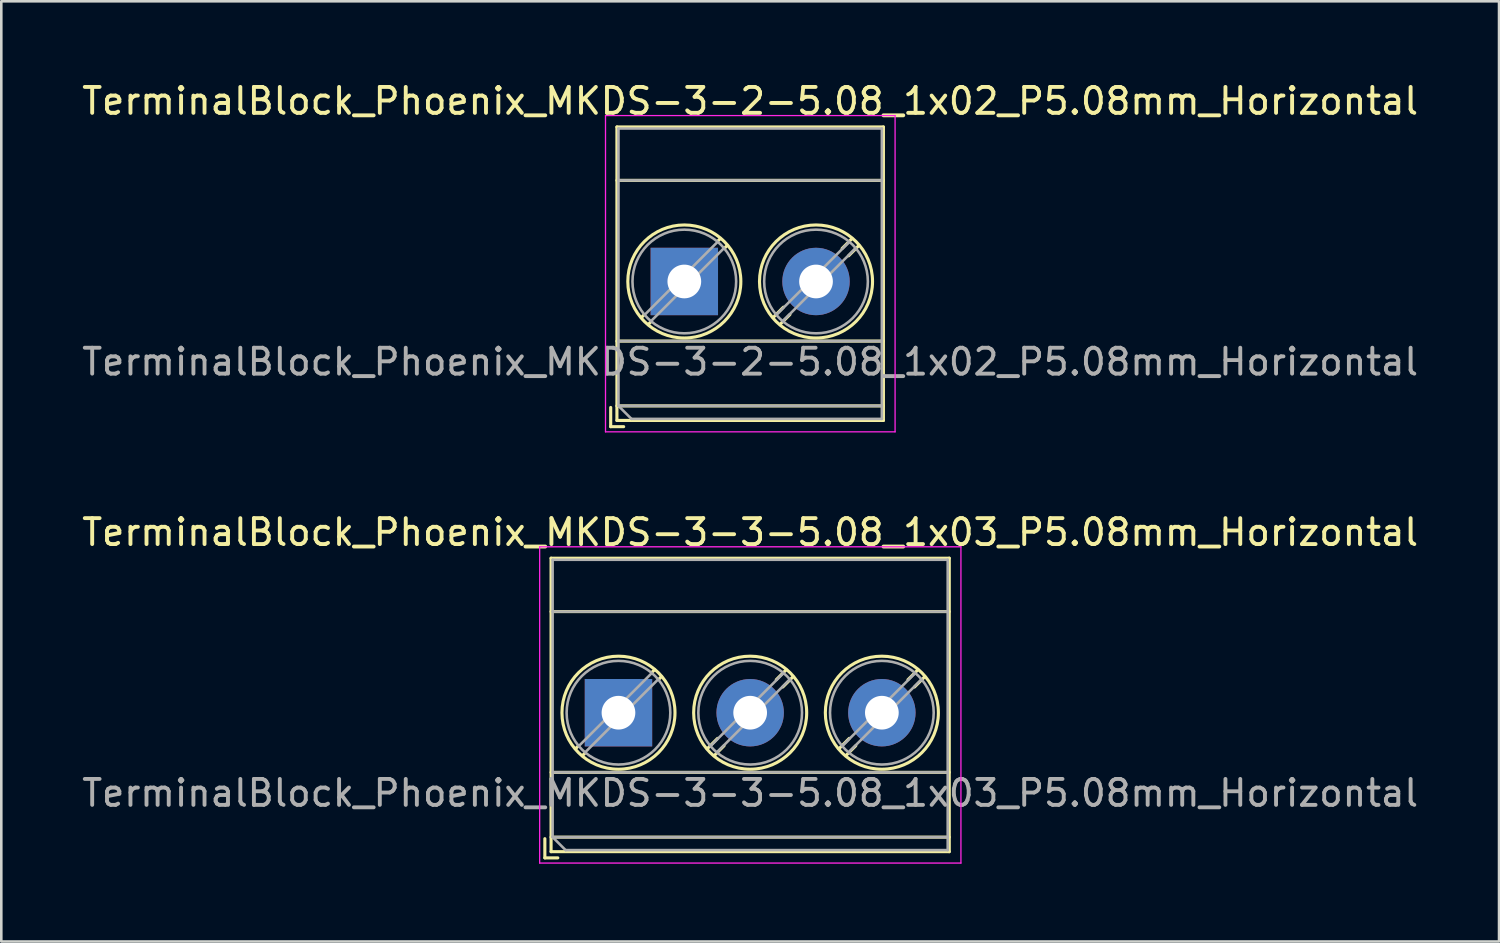
<source format=kicad_pcb>
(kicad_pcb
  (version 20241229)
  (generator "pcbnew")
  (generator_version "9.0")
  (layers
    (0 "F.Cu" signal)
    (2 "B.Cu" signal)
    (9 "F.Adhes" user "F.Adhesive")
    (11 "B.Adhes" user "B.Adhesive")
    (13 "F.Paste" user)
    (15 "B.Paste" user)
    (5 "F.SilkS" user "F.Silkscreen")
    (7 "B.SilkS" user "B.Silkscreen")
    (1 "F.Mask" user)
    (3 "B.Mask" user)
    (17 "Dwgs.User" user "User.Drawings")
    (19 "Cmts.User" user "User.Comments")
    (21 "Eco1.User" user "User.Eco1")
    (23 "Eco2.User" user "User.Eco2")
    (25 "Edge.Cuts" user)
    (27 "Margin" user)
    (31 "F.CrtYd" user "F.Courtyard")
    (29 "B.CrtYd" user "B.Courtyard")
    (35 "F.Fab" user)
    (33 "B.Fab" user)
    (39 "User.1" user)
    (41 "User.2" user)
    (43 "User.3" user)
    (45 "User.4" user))
  (footprint "TerminalBlock_Phoenix_MKDS-3-2-5.08_1x02_P5.08mm_Horizontal"
    (layer "F.Cu")
    (at 23.347 7.808)
    (property "Reference" "TerminalBlock_Phoenix_MKDS-3-2-5.08_1x02_P5.08mm_Horizontal" (at 2.54 -6.96 0) (layer "F.SilkS") (effects (font (size 1 1) (thickness 0.15))))
    (attr through_hole)
    (fp_line (start -2.84 4.86) (end -2.84 5.6) (stroke (width 0.12) (type solid)) (layer "F.SilkS"))
    (fp_line (start -2.84 5.6) (end -2.34 5.6) (stroke (width 0.12) (type solid)) (layer "F.SilkS"))
    (fp_line (start -2.6 -5.96) (end -2.6 5.36) (stroke (width 0.12) (type solid)) (layer "F.SilkS"))
    (fp_line (start -2.6 -5.96) (end 7.68 -5.96) (stroke (width 0.12) (type solid)) (layer "F.SilkS"))
    (fp_line (start -2.6 -3.9) (end 7.68 -3.9) (stroke (width 0.12) (type solid)) (layer "F.SilkS"))
    (fp_line (start -2.6 2.3) (end 7.68 2.3) (stroke (width 0.12) (type solid)) (layer "F.SilkS"))
    (fp_line (start -2.6 4.8) (end 7.68 4.8) (stroke (width 0.12) (type solid)) (layer "F.SilkS"))
    (fp_line (start -2.6 5.36) (end 7.68 5.36) (stroke (width 0.12) (type solid)) (layer "F.SilkS"))
    (fp_line (start -1.548 1.281) (end -1.654 1.388) (stroke (width 0.12) (type solid)) (layer "F.SilkS"))
    (fp_line (start -1.282 1.547) (end -1.388 1.654) (stroke (width 0.12) (type solid)) (layer "F.SilkS"))
    (fp_line (start 1.388 -1.654) (end 1.281 -1.547) (stroke (width 0.12) (type solid)) (layer "F.SilkS"))
    (fp_line (start 1.654 -1.388) (end 1.547 -1.281) (stroke (width 0.12) (type solid)) (layer "F.SilkS"))
    (fp_line (start 3.822 0.992) (end 3.427 1.388) (stroke (width 0.12) (type solid)) (layer "F.SilkS"))
    (fp_line (start 4.073 1.274) (end 3.693 1.654) (stroke (width 0.12) (type solid)) (layer "F.SilkS"))
    (fp_line (start 6.468 -1.654) (end 6.088 -1.274) (stroke (width 0.12) (type solid)) (layer "F.SilkS"))
    (fp_line (start 6.734 -1.388) (end 6.339 -0.992) (stroke (width 0.12) (type solid)) (layer "F.SilkS"))
    (fp_line (start 7.68 -5.96) (end 7.68 5.36) (stroke (width 0.12) (type solid)) (layer "F.SilkS"))
    (fp_circle (center 0 0) (end 2.18 0) (stroke (width 0.12) (type solid)) (fill no) (layer "F.SilkS"))
    (fp_circle (center 5.08 0) (end 7.26 0) (stroke (width 0.12) (type solid)) (fill no) (layer "F.SilkS"))
    (fp_line (start -3.04 -6.4) (end -3.04 5.8) (stroke (width 0.05) (type solid)) (layer "F.CrtYd"))
    (fp_line (start -3.04 5.8) (end 8.13 5.8) (stroke (width 0.05) (type solid)) (layer "F.CrtYd"))
    (fp_line (start 8.13 -6.4) (end -3.04 -6.4) (stroke (width 0.05) (type solid)) (layer "F.CrtYd"))
    (fp_line (start 8.13 5.8) (end 8.13 -6.4) (stroke (width 0.05) (type solid)) (layer "F.CrtYd"))
    (fp_line (start -2.54 -5.9) (end 7.62 -5.9) (stroke (width 0.1) (type solid)) (layer "F.Fab"))
    (fp_line (start -2.54 -3.9) (end 7.62 -3.9) (stroke (width 0.1) (type solid)) (layer "F.Fab"))
    (fp_line (start -2.54 2.3) (end 7.62 2.3) (stroke (width 0.1) (type solid)) (layer "F.Fab"))
    (fp_line (start -2.54 4.8) (end -2.54 -5.9) (stroke (width 0.1) (type solid)) (layer "F.Fab"))
    (fp_line (start -2.54 4.8) (end 7.62 4.8) (stroke (width 0.1) (type solid)) (layer "F.Fab"))
    (fp_line (start -2.04 5.3) (end -2.54 4.8) (stroke (width 0.1) (type solid)) (layer "F.Fab"))
    (fp_line (start 1.273 -1.517) (end -1.517 1.273) (stroke (width 0.1) (type solid)) (layer "F.Fab"))
    (fp_line (start 1.517 -1.273) (end -1.273 1.517) (stroke (width 0.1) (type solid)) (layer "F.Fab"))
    (fp_line (start 6.353 -1.517) (end 3.564 1.273) (stroke (width 0.1) (type solid)) (layer "F.Fab"))
    (fp_line (start 6.597 -1.273) (end 3.808 1.517) (stroke (width 0.1) (type solid)) (layer "F.Fab"))
    (fp_line (start 7.62 -5.9) (end 7.62 5.3) (stroke (width 0.1) (type solid)) (layer "F.Fab"))
    (fp_line (start 7.62 5.3) (end -2.04 5.3) (stroke (width 0.1) (type solid)) (layer "F.Fab"))
    (fp_circle (center 0 0) (end 2 0) (stroke (width 0.1) (type solid)) (fill no) (layer "F.Fab"))
    (fp_circle (center 5.08 0) (end 7.08 0) (stroke (width 0.1) (type solid)) (fill no) (layer "F.Fab"))
    (fp_text user "${REFERENCE}" (at 2.54 3.1 0) (layer "F.Fab") (effects (font (size 1 1) (thickness 0.15))))
    (pad "1" thru_hole rect (at 0 0) (size 2.6 2.6) (drill 1.3) (layers "*.Cu" "*.Mask"))
    (pad "2" thru_hole circle (at 5.08 0) (size 2.6 2.6) (drill 1.3) (layers "*.Cu" "*.Mask")))
  (footprint "TerminalBlock_Phoenix_MKDS-3-3-5.08_1x03_P5.08mm_Horizontal"
    (layer "F.Cu")
    (at 20.807 24.442)
    (property "Reference" "TerminalBlock_Phoenix_MKDS-3-3-5.08_1x03_P5.08mm_Horizontal" (at 5.08 -6.96 0) (layer "F.SilkS") (effects (font (size 1 1) (thickness 0.15))))
    (attr through_hole)
    (fp_line (start -2.84 4.86) (end -2.84 5.6) (stroke (width 0.12) (type solid)) (layer "F.SilkS"))
    (fp_line (start -2.84 5.6) (end -2.34 5.6) (stroke (width 0.12) (type solid)) (layer "F.SilkS"))
    (fp_line (start -2.6 -5.96) (end -2.6 5.36) (stroke (width 0.12) (type solid)) (layer "F.SilkS"))
    (fp_line (start -2.6 -5.96) (end 12.76 -5.96) (stroke (width 0.12) (type solid)) (layer "F.SilkS"))
    (fp_line (start -2.6 -3.9) (end 12.76 -3.9) (stroke (width 0.12) (type solid)) (layer "F.SilkS"))
    (fp_line (start -2.6 2.3) (end 12.76 2.3) (stroke (width 0.12) (type solid)) (layer "F.SilkS"))
    (fp_line (start -2.6 4.8) (end 12.76 4.8) (stroke (width 0.12) (type solid)) (layer "F.SilkS"))
    (fp_line (start -2.6 5.36) (end 12.76 5.36) (stroke (width 0.12) (type solid)) (layer "F.SilkS"))
    (fp_line (start -1.548 1.281) (end -1.654 1.388) (stroke (width 0.12) (type solid)) (layer "F.SilkS"))
    (fp_line (start -1.282 1.547) (end -1.388 1.654) (stroke (width 0.12) (type solid)) (layer "F.SilkS"))
    (fp_line (start 1.388 -1.654) (end 1.281 -1.547) (stroke (width 0.12) (type solid)) (layer "F.SilkS"))
    (fp_line (start 1.654 -1.388) (end 1.547 -1.281) (stroke (width 0.12) (type solid)) (layer "F.SilkS"))
    (fp_line (start 3.822 0.992) (end 3.427 1.388) (stroke (width 0.12) (type solid)) (layer "F.SilkS"))
    (fp_line (start 4.073 1.274) (end 3.693 1.654) (stroke (width 0.12) (type solid)) (layer "F.SilkS"))
    (fp_line (start 6.468 -1.654) (end 6.088 -1.274) (stroke (width 0.12) (type solid)) (layer "F.SilkS"))
    (fp_line (start 6.734 -1.388) (end 6.339 -0.992) (stroke (width 0.12) (type solid)) (layer "F.SilkS"))
    (fp_line (start 8.902 0.992) (end 8.507 1.388) (stroke (width 0.12) (type solid)) (layer "F.SilkS"))
    (fp_line (start 9.153 1.274) (end 8.773 1.654) (stroke (width 0.12) (type solid)) (layer "F.SilkS"))
    (fp_line (start 11.548 -1.654) (end 11.168 -1.274) (stroke (width 0.12) (type solid)) (layer "F.SilkS"))
    (fp_line (start 11.814 -1.388) (end 11.419 -0.992) (stroke (width 0.12) (type solid)) (layer "F.SilkS"))
    (fp_line (start 12.76 -5.96) (end 12.76 5.36) (stroke (width 0.12) (type solid)) (layer "F.SilkS"))
    (fp_circle (center 0 0) (end 2.18 0) (stroke (width 0.12) (type solid)) (fill no) (layer "F.SilkS"))
    (fp_circle (center 5.08 0) (end 7.26 0) (stroke (width 0.12) (type solid)) (fill no) (layer "F.SilkS"))
    (fp_circle (center 10.16 0) (end 12.34 0) (stroke (width 0.12) (type solid)) (fill no) (layer "F.SilkS"))
    (fp_line (start -3.04 -6.4) (end -3.04 5.8) (stroke (width 0.05) (type solid)) (layer "F.CrtYd"))
    (fp_line (start -3.04 5.8) (end 13.21 5.8) (stroke (width 0.05) (type solid)) (layer "F.CrtYd"))
    (fp_line (start 13.21 -6.4) (end -3.04 -6.4) (stroke (width 0.05) (type solid)) (layer "F.CrtYd"))
    (fp_line (start 13.21 5.8) (end 13.21 -6.4) (stroke (width 0.05) (type solid)) (layer "F.CrtYd"))
    (fp_line (start -2.54 -5.9) (end 12.7 -5.9) (stroke (width 0.1) (type solid)) (layer "F.Fab"))
    (fp_line (start -2.54 -3.9) (end 12.7 -3.9) (stroke (width 0.1) (type solid)) (layer "F.Fab"))
    (fp_line (start -2.54 2.3) (end 12.7 2.3) (stroke (width 0.1) (type solid)) (layer "F.Fab"))
    (fp_line (start -2.54 4.8) (end -2.54 -5.9) (stroke (width 0.1) (type solid)) (layer "F.Fab"))
    (fp_line (start -2.54 4.8) (end 12.7 4.8) (stroke (width 0.1) (type solid)) (layer "F.Fab"))
    (fp_line (start -2.04 5.3) (end -2.54 4.8) (stroke (width 0.1) (type solid)) (layer "F.Fab"))
    (fp_line (start 1.273 -1.517) (end -1.517 1.273) (stroke (width 0.1) (type solid)) (layer "F.Fab"))
    (fp_line (start 1.517 -1.273) (end -1.273 1.517) (stroke (width 0.1) (type solid)) (layer "F.Fab"))
    (fp_line (start 6.353 -1.517) (end 3.564 1.273) (stroke (width 0.1) (type solid)) (layer "F.Fab"))
    (fp_line (start 6.597 -1.273) (end 3.808 1.517) (stroke (width 0.1) (type solid)) (layer "F.Fab"))
    (fp_line (start 11.433 -1.517) (end 8.644 1.273) (stroke (width 0.1) (type solid)) (layer "F.Fab"))
    (fp_line (start 11.677 -1.273) (end 8.888 1.517) (stroke (width 0.1) (type solid)) (layer "F.Fab"))
    (fp_line (start 12.7 -5.9) (end 12.7 5.3) (stroke (width 0.1) (type solid)) (layer "F.Fab"))
    (fp_line (start 12.7 5.3) (end -2.04 5.3) (stroke (width 0.1) (type solid)) (layer "F.Fab"))
    (fp_circle (center 0 0) (end 2 0) (stroke (width 0.1) (type solid)) (fill no) (layer "F.Fab"))
    (fp_circle (center 5.08 0) (end 7.08 0) (stroke (width 0.1) (type solid)) (fill no) (layer "F.Fab"))
    (fp_circle (center 10.16 0) (end 12.16 0) (stroke (width 0.1) (type solid)) (fill no) (layer "F.Fab"))
    (fp_text user "${REFERENCE}" (at 5.08 3.1 0) (layer "F.Fab") (effects (font (size 1 1) (thickness 0.15))))
    (pad "1" thru_hole rect (at 0 0) (size 2.6 2.6) (drill 1.3) (layers "*.Cu" "*.Mask"))
    (pad "2" thru_hole circle (at 5.08 0) (size 2.6 2.6) (drill 1.3) (layers "*.Cu" "*.Mask"))
    (pad "3" thru_hole circle (at 10.16 0) (size 2.6 2.6) (drill 1.3) (layers "*.Cu" "*.Mask")))
  (gr_rect
    (start -3 -3)
    (end 54.774 33.267)
    (stroke (width 0.1) (type default))
    (fill no)
    (layer "Edge.Cuts")))
</source>
